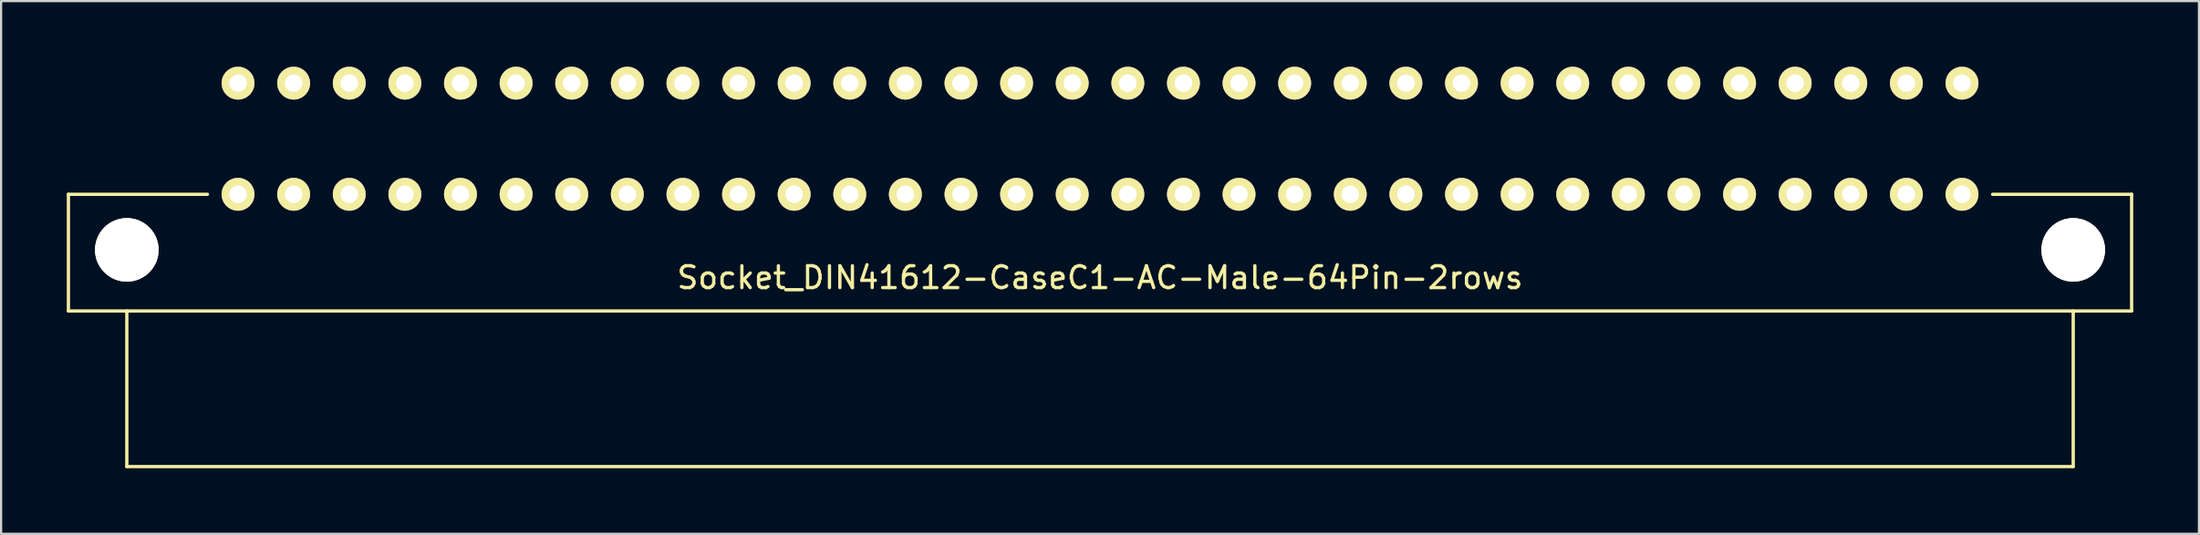
<source format=kicad_pcb>
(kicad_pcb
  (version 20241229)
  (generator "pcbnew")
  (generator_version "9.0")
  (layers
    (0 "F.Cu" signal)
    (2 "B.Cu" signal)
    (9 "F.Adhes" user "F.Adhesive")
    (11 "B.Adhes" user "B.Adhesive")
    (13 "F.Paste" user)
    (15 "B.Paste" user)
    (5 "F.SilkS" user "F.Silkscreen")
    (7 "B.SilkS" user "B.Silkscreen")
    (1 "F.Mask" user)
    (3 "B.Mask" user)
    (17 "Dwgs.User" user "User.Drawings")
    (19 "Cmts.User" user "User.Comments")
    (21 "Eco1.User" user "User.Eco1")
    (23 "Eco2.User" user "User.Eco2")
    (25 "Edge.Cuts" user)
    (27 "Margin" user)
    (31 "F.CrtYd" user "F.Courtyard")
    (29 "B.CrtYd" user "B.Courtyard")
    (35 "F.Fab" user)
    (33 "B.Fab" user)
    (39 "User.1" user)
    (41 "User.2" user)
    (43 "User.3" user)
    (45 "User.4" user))
  (footprint "Socket_DIN41612-CaseC1-AC-Male-64Pin-2rows"
    (layer "F.Cu")
    (at 47.192 3.291)
    (property "Reference" "Socket_DIN41612-CaseC1-AC-Male-64Pin-2rows" (at 0 6.35 0) (layer "F.SilkS") (effects (font (size 1 1) (thickness 0.15))))
    (attr through_hole)
    (fp_line (start -47.117 2.54) (end -40.767 2.54) (stroke (width 0.15) (type solid)) (layer "F.SilkS"))
    (fp_line (start -47.117 7.874) (end -47.117 2.54) (stroke (width 0.15) (type solid)) (layer "F.SilkS"))
    (fp_line (start -44.45 14.986) (end -44.45 7.874) (stroke (width 0.15) (type solid)) (layer "F.SilkS"))
    (fp_line (start 44.45 7.874) (end 44.45 14.986) (stroke (width 0.15) (type solid)) (layer "F.SilkS"))
    (fp_line (start 44.45 14.986) (end -44.45 14.986) (stroke (width 0.15) (type solid)) (layer "F.SilkS"))
    (fp_line (start 47.117 2.54) (end 40.767 2.54) (stroke (width 0.15) (type solid)) (layer "F.SilkS"))
    (fp_line (start 47.117 2.54) (end 47.117 7.874) (stroke (width 0.15) (type solid)) (layer "F.SilkS"))
    (fp_line (start 47.117 7.874) (end -47.117 7.874) (stroke (width 0.15) (type solid)) (layer "F.SilkS"))
    (pad "1" thru_hole circle (at -44.45 5.08) (size 2.901 2.901) (drill 2.901) (layers "*.Cu" "*.Mask" "F.SilkS"))
    (pad "1" thru_hole circle (at 44.45 5.08) (size 2.901 2.901) (drill 2.901) (layers "*.Cu" "*.Mask" "F.SilkS"))
    (pad "1a" thru_hole circle (at 39.37 -2.54 180) (size 1.501 1.501) (drill 0.8) (layers "*.Cu" "*.Mask" "F.SilkS"))
    (pad "1c" thru_hole circle (at 39.37 2.54 180) (size 1.501 1.501) (drill 0.8) (layers "*.Cu" "*.Mask" "F.SilkS"))
    (pad "2a" thru_hole circle (at 36.83 -2.54 180) (size 1.501 1.501) (drill 0.8) (layers "*.Cu" "*.Mask" "F.SilkS"))
    (pad "2c" thru_hole circle (at 36.83 2.54 180) (size 1.501 1.501) (drill 0.8) (layers "*.Cu" "*.Mask" "F.SilkS"))
    (pad "3a" thru_hole circle (at 34.29 -2.54 180) (size 1.501 1.501) (drill 0.8) (layers "*.Cu" "*.Mask" "F.SilkS"))
    (pad "3c" thru_hole circle (at 34.29 2.54 180) (size 1.501 1.501) (drill 0.8) (layers "*.Cu" "*.Mask" "F.SilkS"))
    (pad "4a" thru_hole circle (at 31.75 -2.54 180) (size 1.501 1.501) (drill 0.8) (layers "*.Cu" "*.Mask" "F.SilkS"))
    (pad "4c" thru_hole circle (at 31.75 2.54 180) (size 1.501 1.501) (drill 0.8) (layers "*.Cu" "*.Mask" "F.SilkS"))
    (pad "5a" thru_hole circle (at 29.21 -2.54 180) (size 1.501 1.501) (drill 0.8) (layers "*.Cu" "*.Mask" "F.SilkS"))
    (pad "5c" thru_hole circle (at 29.21 2.54 180) (size 1.501 1.501) (drill 0.8) (layers "*.Cu" "*.Mask" "F.SilkS"))
    (pad "6a" thru_hole circle (at 26.67 -2.54 180) (size 1.501 1.501) (drill 0.8) (layers "*.Cu" "*.Mask" "F.SilkS"))
    (pad "6c" thru_hole circle (at 26.67 2.54 180) (size 1.501 1.501) (drill 0.8) (layers "*.Cu" "*.Mask" "F.SilkS"))
    (pad "7a" thru_hole circle (at 24.13 -2.54 180) (size 1.501 1.501) (drill 0.8) (layers "*.Cu" "*.Mask" "F.SilkS"))
    (pad "7c" thru_hole circle (at 24.13 2.54 180) (size 1.501 1.501) (drill 0.8) (layers "*.Cu" "*.Mask" "F.SilkS"))
    (pad "8a" thru_hole circle (at 21.59 -2.54 180) (size 1.501 1.501) (drill 0.8) (layers "*.Cu" "*.Mask" "F.SilkS"))
    (pad "8c" thru_hole circle (at 21.59 2.54 180) (size 1.501 1.501) (drill 0.8) (layers "*.Cu" "*.Mask" "F.SilkS"))
    (pad "9a" thru_hole circle (at 19.05 -2.54 180) (size 1.501 1.501) (drill 0.8) (layers "*.Cu" "*.Mask" "F.SilkS"))
    (pad "9c" thru_hole circle (at 19.05 2.54 180) (size 1.501 1.501) (drill 0.8) (layers "*.Cu" "*.Mask" "F.SilkS"))
    (pad "10a" thru_hole circle (at 16.51 -2.54 180) (size 1.501 1.501) (drill 0.8) (layers "*.Cu" "*.Mask" "F.SilkS"))
    (pad "10c" thru_hole circle (at 16.51 2.54 180) (size 1.501 1.501) (drill 0.8) (layers "*.Cu" "*.Mask" "F.SilkS"))
    (pad "11a" thru_hole circle (at 13.97 -2.54 180) (size 1.501 1.501) (drill 0.8) (layers "*.Cu" "*.Mask" "F.SilkS"))
    (pad "11c" thru_hole circle (at 13.97 2.54 180) (size 1.501 1.501) (drill 0.8) (layers "*.Cu" "*.Mask" "F.SilkS"))
    (pad "12a" thru_hole circle (at 11.43 -2.54 180) (size 1.501 1.501) (drill 0.8) (layers "*.Cu" "*.Mask" "F.SilkS"))
    (pad "12c" thru_hole circle (at 11.43 2.54 180) (size 1.501 1.501) (drill 0.8) (layers "*.Cu" "*.Mask" "F.SilkS"))
    (pad "13a" thru_hole circle (at 8.89 -2.54 180) (size 1.501 1.501) (drill 0.8) (layers "*.Cu" "*.Mask" "F.SilkS"))
    (pad "13c" thru_hole circle (at 8.89 2.54 180) (size 1.501 1.501) (drill 0.8) (layers "*.Cu" "*.Mask" "F.SilkS"))
    (pad "14a" thru_hole circle (at 6.35 -2.54 180) (size 1.501 1.501) (drill 0.8) (layers "*.Cu" "*.Mask" "F.SilkS"))
    (pad "14c" thru_hole circle (at 6.35 2.54 180) (size 1.501 1.501) (drill 0.8) (layers "*.Cu" "*.Mask" "F.SilkS"))
    (pad "15a" thru_hole circle (at 3.81 -2.54 180) (size 1.501 1.501) (drill 0.8) (layers "*.Cu" "*.Mask" "F.SilkS"))
    (pad "15c" thru_hole circle (at 3.81 2.54 180) (size 1.501 1.501) (drill 0.8) (layers "*.Cu" "*.Mask" "F.SilkS"))
    (pad "16a" thru_hole circle (at 1.27 -2.54 180) (size 1.501 1.501) (drill 0.8) (layers "*.Cu" "*.Mask" "F.SilkS"))
    (pad "16c" thru_hole circle (at 1.27 2.54 180) (size 1.501 1.501) (drill 0.8) (layers "*.Cu" "*.Mask" "F.SilkS"))
    (pad "17a" thru_hole circle (at -1.27 -2.54 180) (size 1.501 1.501) (drill 0.8) (layers "*.Cu" "*.Mask" "F.SilkS"))
    (pad "17c" thru_hole circle (at -1.27 2.54 180) (size 1.501 1.501) (drill 0.8) (layers "*.Cu" "*.Mask" "F.SilkS"))
    (pad "18a" thru_hole circle (at -3.81 -2.54 180) (size 1.501 1.501) (drill 0.8) (layers "*.Cu" "*.Mask" "F.SilkS"))
    (pad "18c" thru_hole circle (at -3.81 2.54 180) (size 1.501 1.501) (drill 0.8) (layers "*.Cu" "*.Mask" "F.SilkS"))
    (pad "19a" thru_hole circle (at -6.35 -2.54 180) (size 1.501 1.501) (drill 0.8) (layers "*.Cu" "*.Mask" "F.SilkS"))
    (pad "19c" thru_hole circle (at -6.35 2.54 180) (size 1.501 1.501) (drill 0.8) (layers "*.Cu" "*.Mask" "F.SilkS"))
    (pad "20a" thru_hole circle (at -8.89 -2.54 180) (size 1.501 1.501) (drill 0.8) (layers "*.Cu" "*.Mask" "F.SilkS"))
    (pad "20c" thru_hole circle (at -8.89 2.54 180) (size 1.501 1.501) (drill 0.8) (layers "*.Cu" "*.Mask" "F.SilkS"))
    (pad "21a" thru_hole circle (at -11.43 -2.54 180) (size 1.501 1.501) (drill 0.8) (layers "*.Cu" "*.Mask" "F.SilkS"))
    (pad "21c" thru_hole circle (at -11.43 2.54 180) (size 1.501 1.501) (drill 0.8) (layers "*.Cu" "*.Mask" "F.SilkS"))
    (pad "22a" thru_hole circle (at -13.97 -2.54 180) (size 1.501 1.501) (drill 0.8) (layers "*.Cu" "*.Mask" "F.SilkS"))
    (pad "22c" thru_hole circle (at -13.97 2.54 180) (size 1.501 1.501) (drill 0.8) (layers "*.Cu" "*.Mask" "F.SilkS"))
    (pad "23a" thru_hole circle (at -16.51 -2.54 180) (size 1.501 1.501) (drill 0.8) (layers "*.Cu" "*.Mask" "F.SilkS"))
    (pad "23c" thru_hole circle (at -16.51 2.54 180) (size 1.501 1.501) (drill 0.8) (layers "*.Cu" "*.Mask" "F.SilkS"))
    (pad "24" thru_hole circle (at -19.05 -2.54 180) (size 1.501 1.501) (drill 0.8) (layers "*.Cu" "*.Mask" "F.SilkS"))
    (pad "24c" thru_hole circle (at -19.05 2.54 180) (size 1.501 1.501) (drill 0.8) (layers "*.Cu" "*.Mask" "F.SilkS"))
    (pad "25a" thru_hole circle (at -21.59 -2.54 180) (size 1.501 1.501) (drill 0.8) (layers "*.Cu" "*.Mask" "F.SilkS"))
    (pad "25c" thru_hole circle (at -21.59 2.54 180) (size 1.501 1.501) (drill 0.8) (layers "*.Cu" "*.Mask" "F.SilkS"))
    (pad "26a" thru_hole circle (at -24.13 -2.54 180) (size 1.501 1.501) (drill 0.8) (layers "*.Cu" "*.Mask" "F.SilkS"))
    (pad "26c" thru_hole circle (at -24.13 2.54 180) (size 1.501 1.501) (drill 0.8) (layers "*.Cu" "*.Mask" "F.SilkS"))
    (pad "27a" thru_hole circle (at -26.67 -2.54 180) (size 1.501 1.501) (drill 0.8) (layers "*.Cu" "*.Mask" "F.SilkS"))
    (pad "27c" thru_hole circle (at -26.67 2.54 180) (size 1.501 1.501) (drill 0.8) (layers "*.Cu" "*.Mask" "F.SilkS"))
    (pad "28a" thru_hole circle (at -29.21 -2.54 180) (size 1.501 1.501) (drill 0.8) (layers "*.Cu" "*.Mask" "F.SilkS"))
    (pad "28c" thru_hole circle (at -29.21 2.54 180) (size 1.501 1.501) (drill 0.8) (layers "*.Cu" "*.Mask" "F.SilkS"))
    (pad "29a" thru_hole circle (at -31.75 -2.54 180) (size 1.501 1.501) (drill 0.8) (layers "*.Cu" "*.Mask" "F.SilkS"))
    (pad "29c" thru_hole circle (at -31.75 2.54 180) (size 1.501 1.501) (drill 0.8) (layers "*.Cu" "*.Mask" "F.SilkS"))
    (pad "30a" thru_hole circle (at -34.29 -2.54 180) (size 1.501 1.501) (drill 0.8) (layers "*.Cu" "*.Mask" "F.SilkS"))
    (pad "30c" thru_hole circle (at -34.29 2.54 180) (size 1.501 1.501) (drill 0.8) (layers "*.Cu" "*.Mask" "F.SilkS"))
    (pad "31a" thru_hole circle (at -36.83 -2.54 180) (size 1.501 1.501) (drill 0.8) (layers "*.Cu" "*.Mask" "F.SilkS"))
    (pad "31c" thru_hole circle (at -36.83 2.54 180) (size 1.501 1.501) (drill 0.8) (layers "*.Cu" "*.Mask" "F.SilkS"))
    (pad "32a" thru_hole circle (at -39.37 -2.54 180) (size 1.501 1.501) (drill 0.8) (layers "*.Cu" "*.Mask" "F.SilkS"))
    (pad "32c" thru_hole circle (at -39.37 2.54 180) (size 1.501 1.501) (drill 0.8) (layers "*.Cu" "*.Mask" "F.SilkS")))
  (gr_rect
    (start -3 -3)
    (end 97.384 21.352)
    (stroke (width 0.1) (type default))
    (fill no)
    (layer "Edge.Cuts")))
</source>
